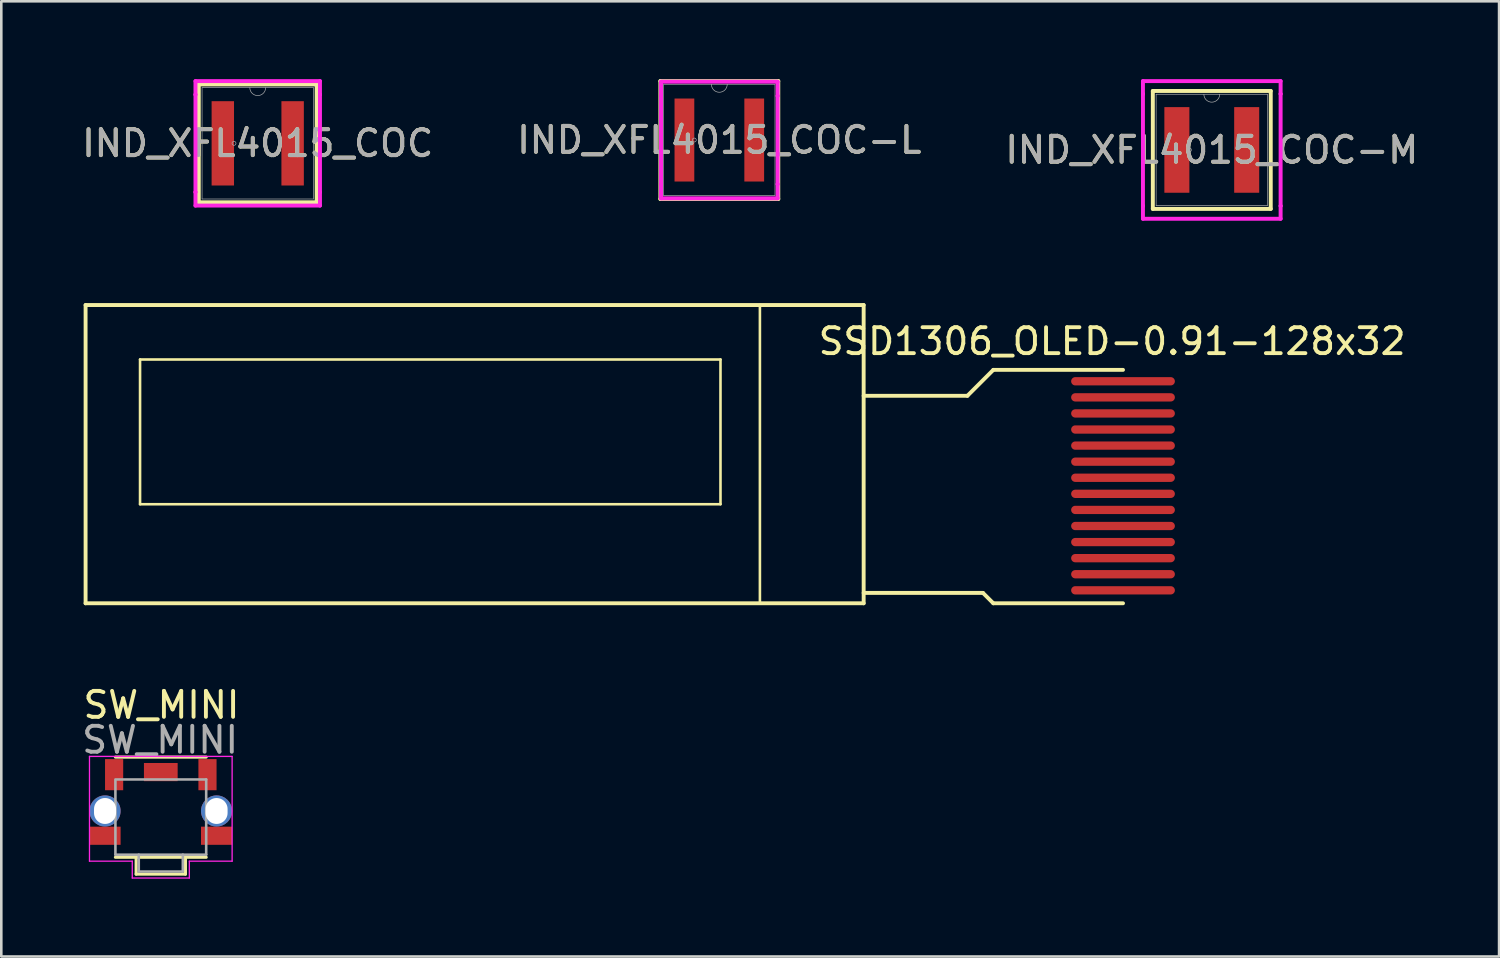
<source format=kicad_pcb>
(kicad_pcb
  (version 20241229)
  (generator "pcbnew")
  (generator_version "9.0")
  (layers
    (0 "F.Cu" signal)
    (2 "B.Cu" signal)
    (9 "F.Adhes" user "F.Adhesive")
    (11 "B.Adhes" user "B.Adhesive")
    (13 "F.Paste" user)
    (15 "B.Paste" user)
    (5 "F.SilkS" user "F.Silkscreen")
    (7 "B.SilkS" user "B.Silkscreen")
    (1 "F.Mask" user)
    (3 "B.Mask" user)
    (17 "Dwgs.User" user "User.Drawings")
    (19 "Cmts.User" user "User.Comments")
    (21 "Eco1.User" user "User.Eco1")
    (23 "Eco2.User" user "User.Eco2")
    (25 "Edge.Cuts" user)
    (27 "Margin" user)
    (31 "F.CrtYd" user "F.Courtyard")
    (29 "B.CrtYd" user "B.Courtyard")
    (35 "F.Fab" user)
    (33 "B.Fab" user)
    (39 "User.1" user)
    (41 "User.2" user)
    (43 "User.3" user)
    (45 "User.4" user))
  (footprint "IND_XFL4015_COC-M"
    (layer "F.Cu")
    (at 43.673 2.731)
    (property "Reference" "IND_XFL4015_COC-M" (at 0 0 0) (unlocked yes) (layer "F.SilkS") (effects (font (size 1 1) (thickness 0.15))))
    (attr smd)
    (fp_line (start -2.273 -2.273) (end -2.273 2.273) (stroke (width 0.152) (type solid)) (layer "F.SilkS"))
    (fp_line (start -2.273 2.273) (end 2.273 2.273) (stroke (width 0.152) (type solid)) (layer "F.SilkS"))
    (fp_line (start 2.273 -2.273) (end -2.273 -2.273) (stroke (width 0.152) (type solid)) (layer "F.SilkS"))
    (fp_line (start 2.273 2.273) (end 2.273 -2.273) (stroke (width 0.152) (type solid)) (layer "F.SilkS"))
    (fp_line (start -2.654 -2.654) (end 2.654 -2.654) (stroke (width 0.152) (type solid)) (layer "F.CrtYd"))
    (fp_line (start -2.654 -2.159) (end -2.654 -2.654) (stroke (width 0.152) (type solid)) (layer "F.CrtYd"))
    (fp_line (start -2.654 -2.159) (end -2.654 -2.159) (stroke (width 0.152) (type solid)) (layer "F.CrtYd"))
    (fp_line (start -2.654 2.159) (end -2.654 -2.159) (stroke (width 0.152) (type solid)) (layer "F.CrtYd"))
    (fp_line (start -2.654 2.159) (end -2.654 2.159) (stroke (width 0.152) (type solid)) (layer "F.CrtYd"))
    (fp_line (start -2.654 2.654) (end -2.654 2.159) (stroke (width 0.152) (type solid)) (layer "F.CrtYd"))
    (fp_line (start 2.654 -2.654) (end 2.654 -2.159) (stroke (width 0.152) (type solid)) (layer "F.CrtYd"))
    (fp_line (start 2.654 -2.159) (end 2.654 -2.159) (stroke (width 0.152) (type solid)) (layer "F.CrtYd"))
    (fp_line (start 2.654 -2.159) (end 2.654 2.159) (stroke (width 0.152) (type solid)) (layer "F.CrtYd"))
    (fp_line (start 2.654 2.159) (end 2.654 2.159) (stroke (width 0.152) (type solid)) (layer "F.CrtYd"))
    (fp_line (start 2.654 2.159) (end 2.654 2.654) (stroke (width 0.152) (type solid)) (layer "F.CrtYd"))
    (fp_line (start 2.654 2.654) (end -2.654 2.654) (stroke (width 0.152) (type solid)) (layer "F.CrtYd"))
    (fp_line (start -2.146 -2.146) (end -2.146 2.146) (stroke (width 0.025) (type solid)) (layer "F.Fab"))
    (fp_line (start -2.146 2.146) (end 2.146 2.146) (stroke (width 0.025) (type solid)) (layer "F.Fab"))
    (fp_line (start 2.146 -2.146) (end -2.146 -2.146) (stroke (width 0.025) (type solid)) (layer "F.Fab"))
    (fp_line (start 2.146 2.146) (end 2.146 -2.146) (stroke (width 0.025) (type solid)) (layer "F.Fab"))
    (fp_arc (start 0.3048 -2.1463) (mid 0 -1.8415) (end -0.3048 -2.1463) (stroke (width 0.0254) (type solid)) (layer "F.Fab"))
    (fp_circle (center -0.864 0) (end -0.787 0) (stroke (width 0.025) (type solid)) (fill no) (layer "F.Fab"))
    (fp_text user "${REFERENCE}" (at 0 0 0) (unlocked yes) (layer "F.Fab") (effects (font (size 1 1) (thickness 0.15))))
    (pad "1" smd rect (at -1.346 0) (size 0.965 3.302) (layers "F.Cu" "F.Mask" "F.Paste"))
    (pad "2" smd rect (at 1.346 0) (size 0.965 3.302) (layers "F.Cu" "F.Mask" "F.Paste")))
  (footprint "IND_XFL4015_COC"
    (layer "F.Cu")
    (at 6.887 2.477)
    (property "Reference" "IND_XFL4015_COC" (at 0 0 0) (unlocked yes) (layer "F.SilkS") (effects (font (size 1 1) (thickness 0.15))))
    (attr smd)
    (fp_line (start -2.273 -2.273) (end -2.273 2.273) (stroke (width 0.152) (type solid)) (layer "F.SilkS"))
    (fp_line (start -2.273 2.273) (end 2.273 2.273) (stroke (width 0.152) (type solid)) (layer "F.SilkS"))
    (fp_line (start 2.273 -2.273) (end -2.273 -2.273) (stroke (width 0.152) (type solid)) (layer "F.SilkS"))
    (fp_line (start 2.273 2.273) (end 2.273 -2.273) (stroke (width 0.152) (type solid)) (layer "F.SilkS"))
    (fp_line (start -2.4 -2.4) (end 2.4 -2.4) (stroke (width 0.152) (type solid)) (layer "F.CrtYd"))
    (fp_line (start -2.4 -1.88) (end -2.4 -2.4) (stroke (width 0.152) (type solid)) (layer "F.CrtYd"))
    (fp_line (start -2.4 -1.88) (end -2.4 -1.88) (stroke (width 0.152) (type solid)) (layer "F.CrtYd"))
    (fp_line (start -2.4 1.88) (end -2.4 -1.88) (stroke (width 0.152) (type solid)) (layer "F.CrtYd"))
    (fp_line (start -2.4 1.88) (end -2.4 1.88) (stroke (width 0.152) (type solid)) (layer "F.CrtYd"))
    (fp_line (start -2.4 2.4) (end -2.4 1.88) (stroke (width 0.152) (type solid)) (layer "F.CrtYd"))
    (fp_line (start 2.4 -2.4) (end 2.4 -1.88) (stroke (width 0.152) (type solid)) (layer "F.CrtYd"))
    (fp_line (start 2.4 -1.88) (end 2.4 -1.88) (stroke (width 0.152) (type solid)) (layer "F.CrtYd"))
    (fp_line (start 2.4 -1.88) (end 2.4 1.88) (stroke (width 0.152) (type solid)) (layer "F.CrtYd"))
    (fp_line (start 2.4 1.88) (end 2.4 1.88) (stroke (width 0.152) (type solid)) (layer "F.CrtYd"))
    (fp_line (start 2.4 1.88) (end 2.4 2.4) (stroke (width 0.152) (type solid)) (layer "F.CrtYd"))
    (fp_line (start 2.4 2.4) (end -2.4 2.4) (stroke (width 0.152) (type solid)) (layer "F.CrtYd"))
    (fp_line (start -2.146 -2.146) (end -2.146 2.146) (stroke (width 0.025) (type solid)) (layer "F.Fab"))
    (fp_line (start -2.146 2.146) (end 2.146 2.146) (stroke (width 0.025) (type solid)) (layer "F.Fab"))
    (fp_line (start 2.146 -2.146) (end -2.146 -2.146) (stroke (width 0.025) (type solid)) (layer "F.Fab"))
    (fp_line (start 2.146 2.146) (end 2.146 -2.146) (stroke (width 0.025) (type solid)) (layer "F.Fab"))
    (fp_arc (start 0.3048 -2.1463) (mid 0 -1.8415) (end -0.3048 -2.1463) (stroke (width 0.0254) (type solid)) (layer "F.Fab"))
    (fp_circle (center -0.914 0) (end -0.838 0) (stroke (width 0.025) (type solid)) (fill no) (layer "F.Fab"))
    (fp_text user "${REFERENCE}" (at 0 0 0) (unlocked yes) (layer "F.Fab") (effects (font (size 1 1) (thickness 0.15))))
    (pad "1" smd rect (at -1.346 0) (size 0.864 3.251) (layers "F.Cu" "F.Mask" "F.Paste"))
    (pad "2" smd rect (at 1.346 0) (size 0.864 3.251) (layers "F.Cu" "F.Mask" "F.Paste")))
  (footprint "SSD1306_OLED-0.91-128x32"
    (layer "F.Cu")
    (at 0.25 8.711)
    (property "Reference" "SSD1306_OLED-0.91-128x32" (at 39.58 1.4 0) (layer "F.SilkS") (effects (font (size 1 1) (thickness 0.15))))
    (attr through_hole)
    (fp_line (start 0 0) (end 30 0) (stroke (width 0.15) (type solid)) (layer "F.SilkS"))
    (fp_line (start 0 11.5) (end 0 0) (stroke (width 0.15) (type solid)) (layer "F.SilkS"))
    (fp_line (start 0 11.5) (end 30 11.5) (stroke (width 0.15) (type solid)) (layer "F.SilkS"))
    (fp_line (start 2.1 2.1) (end 2.1 7.68) (stroke (width 0.1) (type solid)) (layer "F.SilkS"))
    (fp_line (start 2.1 2.1) (end 24.48 2.1) (stroke (width 0.1) (type solid)) (layer "F.SilkS"))
    (fp_line (start 2.1 7.68) (end 24.48 7.68) (stroke (width 0.1) (type solid)) (layer "F.SilkS"))
    (fp_line (start 24.48 2.1) (end 24.48 7.68) (stroke (width 0.1) (type solid)) (layer "F.SilkS"))
    (fp_line (start 26 0) (end 26 11.5) (stroke (width 0.1) (type solid)) (layer "F.SilkS"))
    (fp_line (start 30 0) (end 30 11.5) (stroke (width 0.15) (type solid)) (layer "F.SilkS"))
    (fp_line (start 34 3.5) (end 30 3.5) (stroke (width 0.15) (type solid)) (layer "F.SilkS"))
    (fp_line (start 34.6 11.1) (end 30 11.1) (stroke (width 0.15) (type solid)) (layer "F.SilkS"))
    (fp_line (start 35 2.5) (end 34 3.5) (stroke (width 0.15) (type solid)) (layer "F.SilkS"))
    (fp_line (start 35 11.5) (end 34.6 11.1) (stroke (width 0.15) (type solid)) (layer "F.SilkS"))
    (fp_line (start 40 2.5) (end 35 2.5) (stroke (width 0.15) (type solid)) (layer "F.SilkS"))
    (fp_line (start 40 11.5) (end 35 11.5) (stroke (width 0.15) (type solid)) (layer "F.SilkS"))
    (pad "1" smd oval (at 40 11) (size 4 0.32) (layers "F.Cu" "F.Mask" "F.Paste"))
    (pad "2" smd oval (at 40 10.38) (size 4 0.32) (layers "F.Cu" "F.Mask" "F.Paste"))
    (pad "3" smd oval (at 40 9.76) (size 4 0.32) (layers "F.Cu" "F.Mask" "F.Paste"))
    (pad "4" smd oval (at 40 9.14) (size 4 0.32) (layers "F.Cu" "F.Mask" "F.Paste"))
    (pad "5" smd oval (at 40 8.52) (size 4 0.32) (layers "F.Cu" "F.Mask" "F.Paste"))
    (pad "6" smd oval (at 40 7.9) (size 4 0.32) (layers "F.Cu" "F.Mask" "F.Paste"))
    (pad "7" smd oval (at 40 7.28) (size 4 0.32) (layers "F.Cu" "F.Mask" "F.Paste"))
    (pad "8" smd oval (at 40 6.66) (size 4 0.32) (layers "F.Cu" "F.Mask" "F.Paste"))
    (pad "9" smd oval (at 40 6.04) (size 4 0.32) (layers "F.Cu" "F.Mask" "F.Paste"))
    (pad "10" smd oval (at 40 5.42) (size 4 0.32) (layers "F.Cu" "F.Mask" "F.Paste"))
    (pad "11" smd oval (at 40 4.8) (size 4 0.32) (layers "F.Cu" "F.Mask" "F.Paste"))
    (pad "12" smd oval (at 40 4.18) (size 4 0.32) (layers "F.Cu" "F.Mask" "F.Paste"))
    (pad "13" smd oval (at 40 3.56) (size 4 0.32) (layers "F.Cu" "F.Mask" "F.Paste"))
    (pad "14" smd oval (at 40 2.94) (size 4 0.32) (layers "F.Cu" "F.Mask" "F.Paste")))
  (footprint "IND_XFL4015_COC-L"
    (layer "F.Cu")
    (at 24.685 2.349)
    (property "Reference" "IND_XFL4015_COC-L" (at 0 0 0) (unlocked yes) (layer "F.SilkS") (effects (font (size 1 1) (thickness 0.15))))
    (attr smd)
    (fp_line (start -2.273 -2.273) (end -2.273 2.273) (stroke (width 0.152) (type solid)) (layer "F.SilkS"))
    (fp_line (start -2.273 2.273) (end 2.273 2.273) (stroke (width 0.152) (type solid)) (layer "F.SilkS"))
    (fp_line (start 2.273 -2.273) (end -2.273 -2.273) (stroke (width 0.152) (type solid)) (layer "F.SilkS"))
    (fp_line (start 2.273 2.273) (end 2.273 -2.273) (stroke (width 0.152) (type solid)) (layer "F.SilkS"))
    (fp_line (start -2.248 -2.248) (end 2.248 -2.248) (stroke (width 0.152) (type solid)) (layer "F.CrtYd"))
    (fp_line (start -2.248 -1.702) (end -2.248 -2.248) (stroke (width 0.152) (type solid)) (layer "F.CrtYd"))
    (fp_line (start -2.248 -1.702) (end -2.248 -1.702) (stroke (width 0.152) (type solid)) (layer "F.CrtYd"))
    (fp_line (start -2.248 1.702) (end -2.248 -1.702) (stroke (width 0.152) (type solid)) (layer "F.CrtYd"))
    (fp_line (start -2.248 1.702) (end -2.248 1.702) (stroke (width 0.152) (type solid)) (layer "F.CrtYd"))
    (fp_line (start -2.248 2.248) (end -2.248 1.702) (stroke (width 0.152) (type solid)) (layer "F.CrtYd"))
    (fp_line (start 2.248 -2.248) (end 2.248 -1.702) (stroke (width 0.152) (type solid)) (layer "F.CrtYd"))
    (fp_line (start 2.248 -1.702) (end 2.248 -1.702) (stroke (width 0.152) (type solid)) (layer "F.CrtYd"))
    (fp_line (start 2.248 -1.702) (end 2.248 1.702) (stroke (width 0.152) (type solid)) (layer "F.CrtYd"))
    (fp_line (start 2.248 1.702) (end 2.248 1.702) (stroke (width 0.152) (type solid)) (layer "F.CrtYd"))
    (fp_line (start 2.248 1.702) (end 2.248 2.248) (stroke (width 0.152) (type solid)) (layer "F.CrtYd"))
    (fp_line (start 2.248 2.248) (end -2.248 2.248) (stroke (width 0.152) (type solid)) (layer "F.CrtYd"))
    (fp_line (start -2.146 -2.146) (end -2.146 2.146) (stroke (width 0.025) (type solid)) (layer "F.Fab"))
    (fp_line (start -2.146 2.146) (end 2.146 2.146) (stroke (width 0.025) (type solid)) (layer "F.Fab"))
    (fp_line (start 2.146 -2.146) (end -2.146 -2.146) (stroke (width 0.025) (type solid)) (layer "F.Fab"))
    (fp_line (start 2.146 2.146) (end 2.146 -2.146) (stroke (width 0.025) (type solid)) (layer "F.Fab"))
    (fp_arc (start 0.3048 -2.1463) (mid 0 -1.8415) (end -0.3048 -2.1463) (stroke (width 0.0254) (type solid)) (layer "F.Fab"))
    (fp_circle (center -0.965 0) (end -0.889 0) (stroke (width 0.025) (type solid)) (fill no) (layer "F.Fab"))
    (fp_text user "${REFERENCE}" (at 0 0 0) (unlocked yes) (layer "F.Fab") (effects (font (size 1 1) (thickness 0.15))))
    (pad "1" smd rect (at -1.346 0) (size 0.762 3.2) (layers "F.Cu" "F.Mask" "F.Paste"))
    (pad "2" smd rect (at 1.346 0) (size 0.762 3.2) (layers "F.Cu" "F.Mask" "F.Paste")))
  (footprint "SW_MINI"
    (layer "F.Cu")
    (at 3.15 29.519)
    (property "Reference" "SW_MINI" (at 0.025 -5.385 0) (layer "F.SilkS") (effects (font (size 1 1) (thickness 0.15))))
    (attr smd)
    (fp_line (start -1.75 -3.378) (end 1.75 -3.378) (stroke (width 0.12) (type solid)) (layer "F.SilkS"))
    (fp_line (start -0.95 1.135) (end -0.95 0.485) (stroke (width 0.12) (type solid)) (layer "F.SilkS"))
    (fp_line (start 0.95 0.485) (end 0.95 1.135) (stroke (width 0.12) (type solid)) (layer "F.SilkS"))
    (fp_line (start 0.95 1.135) (end -0.95 1.135) (stroke (width 0.12) (type solid)) (layer "F.SilkS"))
    (fp_line (start 1.75 0.485) (end -1.75 0.485) (stroke (width 0.12) (type solid)) (layer "F.SilkS"))
    (fp_line (start -2.75 -3.404) (end 2.75 -3.404) (stroke (width 0.05) (type solid)) (layer "F.CrtYd"))
    (fp_line (start -2.75 0.635) (end -2.75 -3.404) (stroke (width 0.05) (type solid)) (layer "F.CrtYd"))
    (fp_line (start -1.1 0.635) (end -2.75 0.635) (stroke (width 0.05) (type solid)) (layer "F.CrtYd"))
    (fp_line (start -1.1 1.285) (end -1.1 0.635) (stroke (width 0.05) (type solid)) (layer "F.CrtYd"))
    (fp_line (start 1.1 0.635) (end 1.1 1.285) (stroke (width 0.05) (type solid)) (layer "F.CrtYd"))
    (fp_line (start 1.1 1.285) (end -1.1 1.285) (stroke (width 0.05) (type solid)) (layer "F.CrtYd"))
    (fp_line (start 2.75 -3.404) (end 2.75 0.635) (stroke (width 0.05) (type solid)) (layer "F.CrtYd"))
    (fp_line (start 2.75 0.635) (end 1.1 0.635) (stroke (width 0.05) (type solid)) (layer "F.CrtYd"))
    (fp_line (start -1.75 -2.515) (end 1.75 -2.515) (stroke (width 0.1) (type solid)) (layer "F.Fab"))
    (fp_line (start -1.75 0.385) (end -1.75 -2.465) (stroke (width 0.1) (type solid)) (layer "F.Fab"))
    (fp_line (start -0.85 1.035) (end -0.85 0.385) (stroke (width 0.1) (type solid)) (layer "F.Fab"))
    (fp_line (start -0.85 1.035) (end 0.85 1.035) (stroke (width 0.1) (type solid)) (layer "F.Fab"))
    (fp_line (start 0.85 1.035) (end 0.85 0.385) (stroke (width 0.1) (type solid)) (layer "F.Fab"))
    (fp_line (start 1.75 -2.515) (end 1.75 0.385) (stroke (width 0.1) (type solid)) (layer "F.Fab"))
    (fp_line (start 1.75 0.385) (end -1.75 0.385) (stroke (width 0.1) (type solid)) (layer "F.Fab"))
    (fp_text user "${REFERENCE}" (at -0.025 -4.039 0) (layer "F.Fab") (effects (font (size 1 1) (thickness 0.15))))
    (pad "1" smd rect (at -1.8 -2.7) (size 0.7 1.2) (layers "F.Cu" "F.Mask" "F.Paste"))
    (pad "2" smd rect (at 1.8 -2.7) (size 0.7 1.2) (layers "F.Cu" "F.Mask" "F.Paste"))
    (pad "G" thru_hole oval (at -2.15 -1.3 90) (size 1.2 1.2) (drill oval 1 0.85) (layers "*.Cu" "*.Mask"))
    (pad "G" smd rect (at -2.15 -0.345 90) (size 0.7 1.2) (layers "F.Cu" "F.Mask" "F.Paste"))
    (pad "G" smd rect (at 0 -2.8 90) (size 0.7 1.3) (layers "F.Cu" "F.Mask" "F.Paste"))
    (pad "G" thru_hole oval (at 2.15 -1.3 90) (size 1.2 1.2) (drill oval 1 0.85) (layers "*.Cu" "*.Mask"))
    (pad "G" smd rect (at 2.15 -0.345 90) (size 0.7 1.2) (layers "F.Cu" "F.Mask" "F.Paste")))
  (gr_rect
    (start -3 -3)
    (end 54.75 33.829)
    (stroke (width 0.1) (type default))
    (fill no)
    (layer "Edge.Cuts")))
</source>
